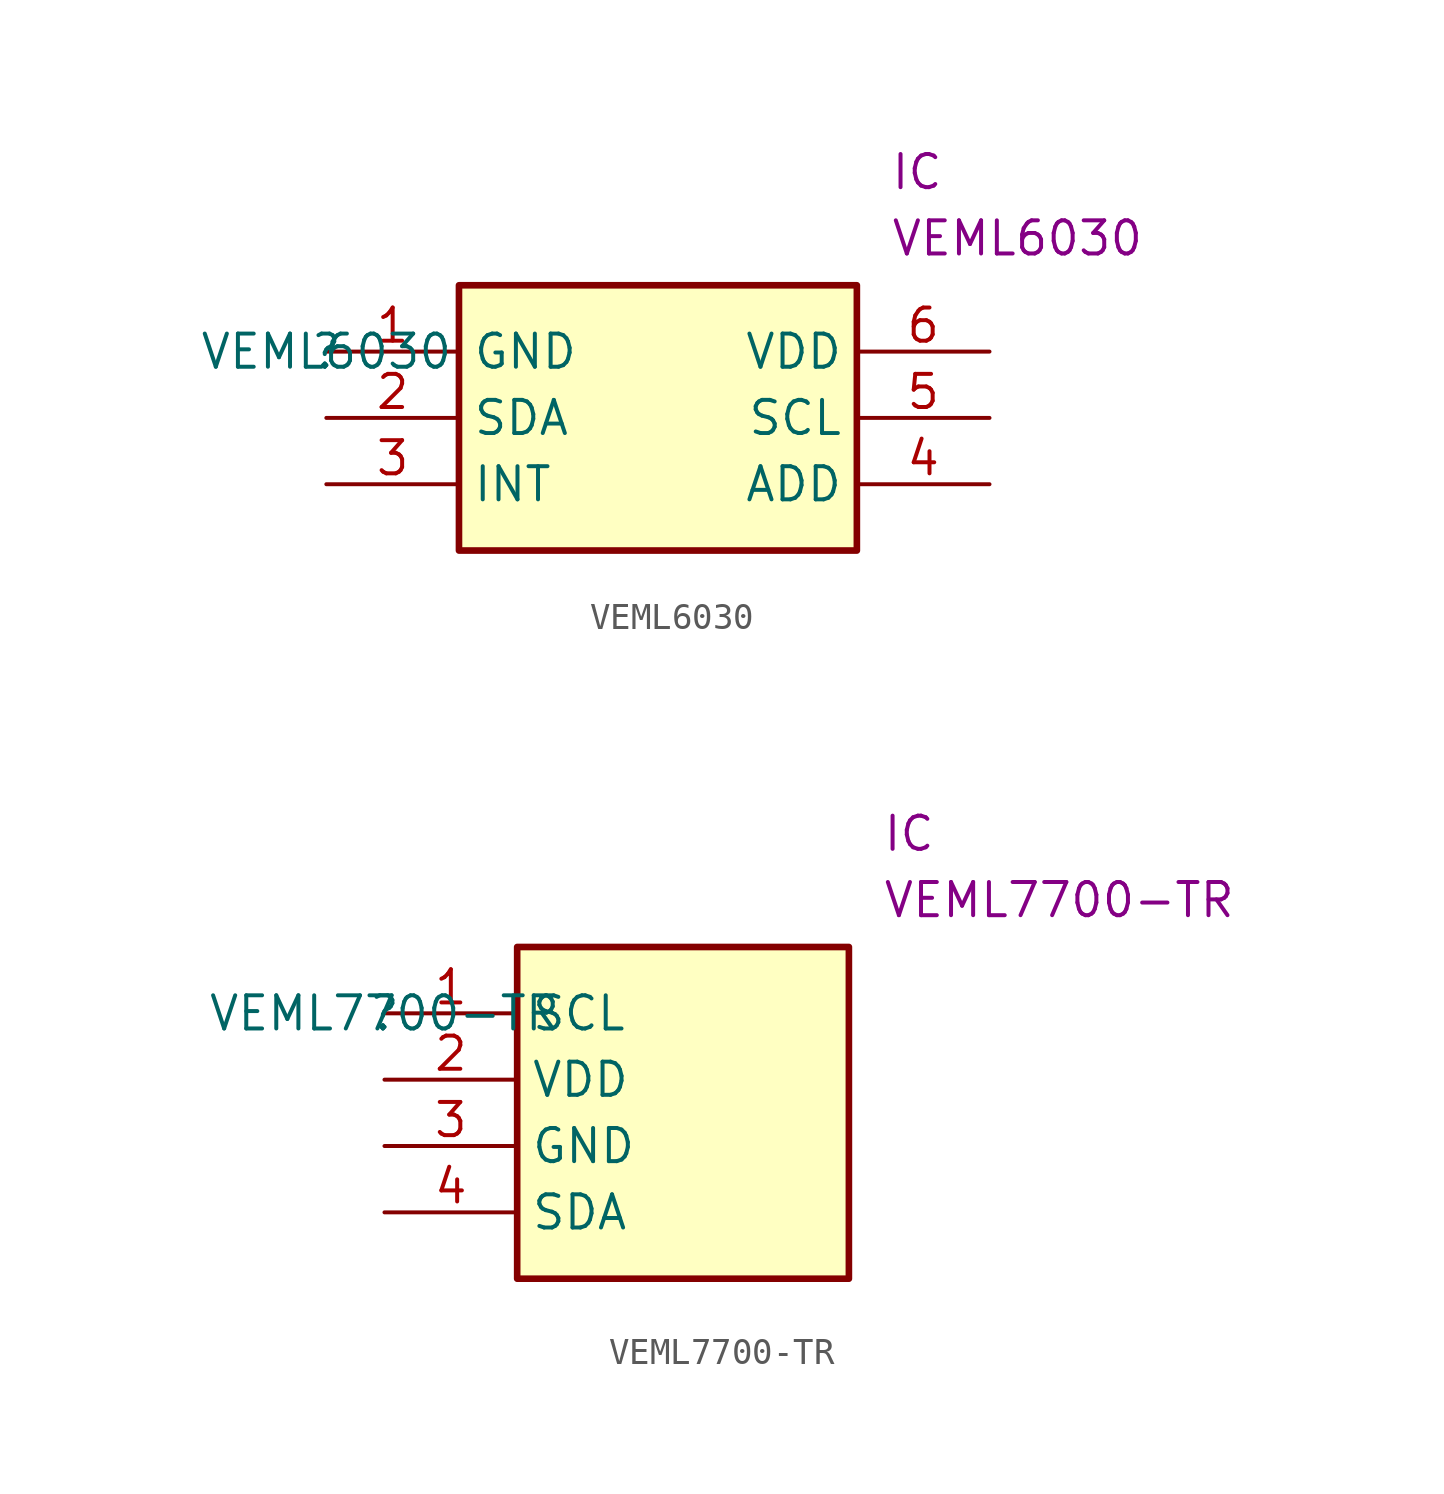
<source format=kicad_sym>
(kicad_symbol_lib
  (version 20211014)
  (generator kicad_symbol_editor)
  (symbol "VEML6030"
    (property "Reference" ""
      (at 0 0 0)
      (effects (font (size 1.27 1.27))))
    (property "Value" "VEML6030"
      (at 0 0 0)
      (effects (font (size 1.27 1.27))))
    (property "Reference_1" "IC"
      (at 21.59 7.62 0)
      (effects (font (size 1.27 1.27)) (justify left top)))
    (property "Value_1" "VEML6030"
      (at 21.59 5.08 0)
      (effects (font (size 1.27 1.27)) (justify left top)))
    (symbol "VEML6030_1_1"
      (rectangle (start 5.08 2.54) (end 20.32 -7.62) (stroke (width 0.254) (type default) (color 0 0 0 0)) (fill (type background)))
      (pin passive line (at 0 0 0) (length 5.08) (name "GND" (effects (font (size 1.27 1.27)))) (number "1" (effects (font (size 1.27 1.27)))))
      (pin passive line (at 0 -2.54 0) (length 5.08) (name "SDA" (effects (font (size 1.27 1.27)))) (number "2" (effects (font (size 1.27 1.27)))))
      (pin passive line (at 0 -5.08 0) (length 5.08) (name "INT" (effects (font (size 1.27 1.27)))) (number "3" (effects (font (size 1.27 1.27)))))
      (pin passive line (at 25.4 -5.08 180) (length 5.08) (name "ADD" (effects (font (size 1.27 1.27)))) (number "4" (effects (font (size 1.27 1.27)))))
      (pin passive line (at 25.4 -2.54 180) (length 5.08) (name "SCL" (effects (font (size 1.27 1.27)))) (number "5" (effects (font (size 1.27 1.27)))))
      (pin passive line (at 25.4 0 180) (length 5.08) (name "VDD" (effects (font (size 1.27 1.27)))) (number "6" (effects (font (size 1.27 1.27)))))))
  (symbol "VEML7700-TR"
    (property "Reference" ""
      (at 0 0 0)
      (effects (font (size 1.27 1.27))))
    (property "Value" "VEML7700-TR"
      (at 0 0 0)
      (effects (font (size 1.27 1.27))))
    (property "Reference_1" "IC"
      (at 19.05 7.62 0)
      (effects (font (size 1.27 1.27)) (justify left top)))
    (property "Value_1" "VEML7700-TR"
      (at 19.05 5.08 0)
      (effects (font (size 1.27 1.27)) (justify left top)))
    (symbol "VEML7700-TR_1_1"
      (rectangle (start 5.08 2.54) (end 17.78 -10.16) (stroke (width 0.254) (type default) (color 0 0 0 0)) (fill (type background)))
      (pin passive line (at 0 0 0) (length 5.08) (name "SCL" (effects (font (size 1.27 1.27)))) (number "1" (effects (font (size 1.27 1.27)))))
      (pin power_in line (at 0 -2.54 0) (length 5.08) (name "VDD" (effects (font (size 1.27 1.27)))) (number "2" (effects (font (size 1.27 1.27)))))
      (pin power_in line (at 0 -5.08 0) (length 5.08) (name "GND" (effects (font (size 1.27 1.27)))) (number "3" (effects (font (size 1.27 1.27)))))
      (pin passive line (at 0 -7.62 0) (length 5.08) (name "SDA" (effects (font (size 1.27 1.27)))) (number "4" (effects (font (size 1.27 1.27))))))))
</source>
